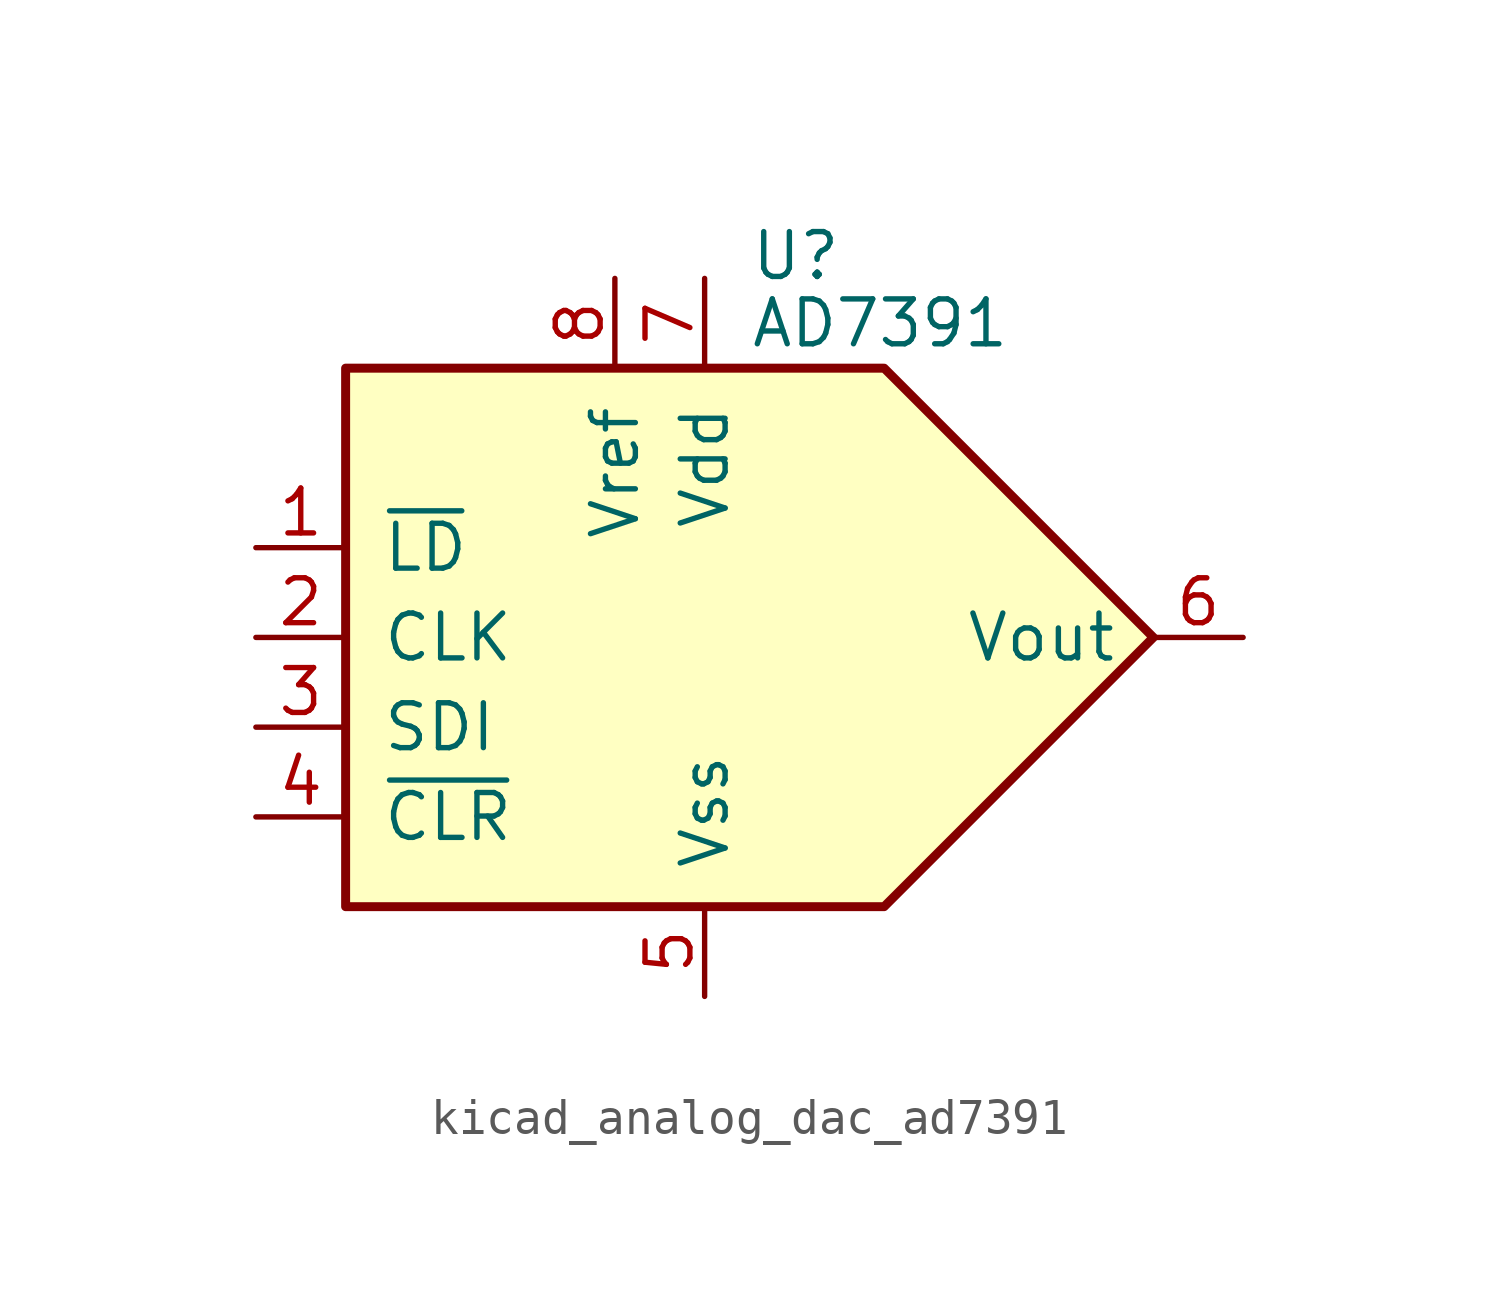
<source format=kicad_sym>
(kicad_symbol_lib
  (version 20220914)
  (generator kicad_symbol_editor)
  (symbol "kicad_analog_dac_ad7391"
    (pin_names
      (offset 1.016))
    (property "Reference" "U"
      (at 1.27 10.795 0)
      (effects (font (size 1.27 1.27)) (justify left)))
    (property "Value" "AD7391"
      (at 1.27 8.89 0)
      (effects (font (size 1.27 1.27)) (justify left)))
    (symbol "kicad_analog_dac_ad7391_0_0"
      (polyline (pts (xy 12.7 0) (xy 5.08 7.62) (xy -10.16 7.62) (xy -10.16 -7.62) (xy 5.08 -7.62) (xy 12.7 0)) (stroke (width 0.254) (type default)) (fill (type background))))
    (symbol "kicad_analog_dac_ad7391_1_1"
      (pin input line (at -12.7 2.54 0) (length 2.54) (name "~{LD}" (effects (font (size 1.27 1.27)))) (number "1" (effects (font (size 1.27 1.27)))))
      (pin input line (at -12.7 0 0) (length 2.54) (name "CLK" (effects (font (size 1.27 1.27)))) (number "2" (effects (font (size 1.27 1.27)))))
      (pin input line (at -12.7 -2.54 0) (length 2.54) (name "SDI" (effects (font (size 1.27 1.27)))) (number "3" (effects (font (size 1.27 1.27)))))
      (pin input line (at -12.7 -5.08 0) (length 2.54) (name "~{CLR}" (effects (font (size 1.27 1.27)))) (number "4" (effects (font (size 1.27 1.27)))))
      (pin power_in line (at 0 -10.16 90) (length 2.54) (name "Vss" (effects (font (size 1.27 1.27)))) (number "5" (effects (font (size 1.27 1.27)))))
      (pin output line (at 15.24 0 180) (length 2.54) (name "Vout" (effects (font (size 1.27 1.27)))) (number "6" (effects (font (size 1.27 1.27)))))
      (pin power_in line (at 0 10.16 270) (length 2.54) (name "Vdd" (effects (font (size 1.27 1.27)))) (number "7" (effects (font (size 1.27 1.27)))))
      (pin input line (at -2.54 10.16 270) (length 2.54) (name "Vref" (effects (font (size 1.27 1.27)))) (number "8" (effects (font (size 1.27 1.27))))))))
</source>
